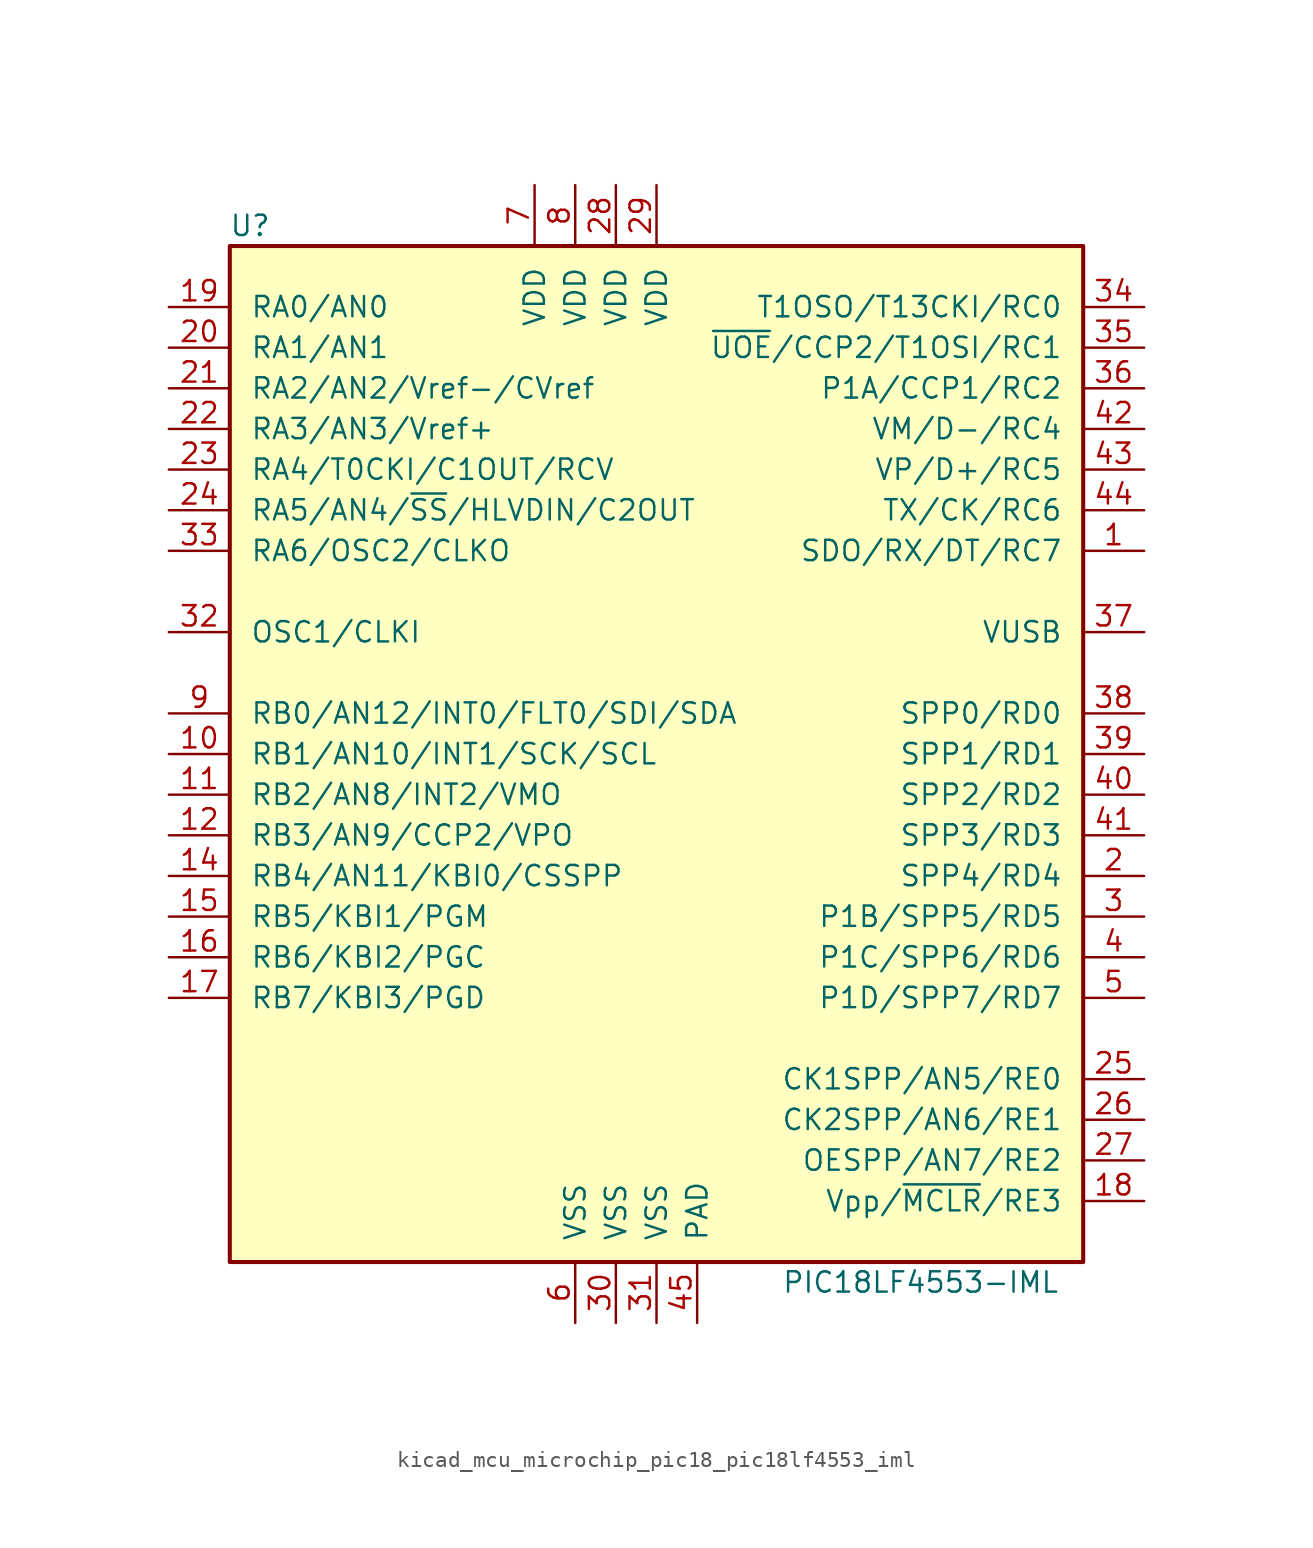
<source format=kicad_sym>
(kicad_symbol_lib
  (version 20220914)
  (generator kicad_symbol_editor)
  (symbol "kicad_mcu_microchip_pic18_pic18lf4553_iml"
    (pin_names
      (offset 1.27))
    (property "Reference" "U"
      (at -25.4 33.02 0)
      (effects (font (size 1.27 1.27))))
    (property "Value" "PIC18LF4553-IML"
      (at 16.51 -33.02 0)
      (effects (font (size 1.27 1.27))))
    (symbol "kicad_mcu_microchip_pic18_pic18lf4553_iml_0_1"
      (rectangle (start -26.67 31.75) (end 26.67 -31.75) (stroke (width 0.254) (type default)) (fill (type background))))
    (symbol "kicad_mcu_microchip_pic18_pic18lf4553_iml_1_1"
      (pin bidirectional line (at 30.48 12.7 180) (length 3.81) (name "SDO/RX/DT/RC7" (effects (font (size 1.27 1.27)))) (number "1" (effects (font (size 1.27 1.27)))))
      (pin bidirectional line (at -30.48 0 0) (length 3.81) (name "RB1/AN10/INT1/SCK/SCL" (effects (font (size 1.27 1.27)))) (number "10" (effects (font (size 1.27 1.27)))))
      (pin bidirectional line (at -30.48 -2.54 0) (length 3.81) (name "RB2/AN8/INT2/VMO" (effects (font (size 1.27 1.27)))) (number "11" (effects (font (size 1.27 1.27)))))
      (pin bidirectional line (at -30.48 -5.08 0) (length 3.81) (name "RB3/AN9/CCP2/VPO" (effects (font (size 1.27 1.27)))) (number "12" (effects (font (size 1.27 1.27)))))
      (pin no_connect line (at -26.67 -27.94 0) (length 3.81) hide (name "NC" (effects (font (size 1.27 1.27)))) (number "13" (effects (font (size 1.27 1.27)))))
      (pin bidirectional line (at -30.48 -7.62 0) (length 3.81) (name "RB4/AN11/KBI0/CSSPP" (effects (font (size 1.27 1.27)))) (number "14" (effects (font (size 1.27 1.27)))))
      (pin bidirectional line (at -30.48 -10.16 0) (length 3.81) (name "RB5/KBI1/PGM" (effects (font (size 1.27 1.27)))) (number "15" (effects (font (size 1.27 1.27)))))
      (pin bidirectional line (at -30.48 -12.7 0) (length 3.81) (name "RB6/KBI2/PGC" (effects (font (size 1.27 1.27)))) (number "16" (effects (font (size 1.27 1.27)))))
      (pin bidirectional line (at -30.48 -15.24 0) (length 3.81) (name "RB7/KBI3/PGD" (effects (font (size 1.27 1.27)))) (number "17" (effects (font (size 1.27 1.27)))))
      (pin input line (at 30.48 -27.94 180) (length 3.81) (name "Vpp/~{MCLR}/RE3" (effects (font (size 1.27 1.27)))) (number "18" (effects (font (size 1.27 1.27)))))
      (pin bidirectional line (at -30.48 27.94 0) (length 3.81) (name "RA0/AN0" (effects (font (size 1.27 1.27)))) (number "19" (effects (font (size 1.27 1.27)))))
      (pin bidirectional line (at 30.48 -7.62 180) (length 3.81) (name "SPP4/RD4" (effects (font (size 1.27 1.27)))) (number "2" (effects (font (size 1.27 1.27)))))
      (pin bidirectional line (at -30.48 25.4 0) (length 3.81) (name "RA1/AN1" (effects (font (size 1.27 1.27)))) (number "20" (effects (font (size 1.27 1.27)))))
      (pin bidirectional line (at -30.48 22.86 0) (length 3.81) (name "RA2/AN2/Vref-/CVref" (effects (font (size 1.27 1.27)))) (number "21" (effects (font (size 1.27 1.27)))))
      (pin bidirectional line (at -30.48 20.32 0) (length 3.81) (name "RA3/AN3/Vref+" (effects (font (size 1.27 1.27)))) (number "22" (effects (font (size 1.27 1.27)))))
      (pin bidirectional line (at -30.48 17.78 0) (length 3.81) (name "RA4/T0CKI/C1OUT/RCV" (effects (font (size 1.27 1.27)))) (number "23" (effects (font (size 1.27 1.27)))))
      (pin bidirectional line (at -30.48 15.24 0) (length 3.81) (name "RA5/AN4/~{SS}/HLVDIN/C2OUT" (effects (font (size 1.27 1.27)))) (number "24" (effects (font (size 1.27 1.27)))))
      (pin bidirectional line (at 30.48 -20.32 180) (length 3.81) (name "CK1SPP/AN5/RE0" (effects (font (size 1.27 1.27)))) (number "25" (effects (font (size 1.27 1.27)))))
      (pin bidirectional line (at 30.48 -22.86 180) (length 3.81) (name "CK2SPP/AN6/RE1" (effects (font (size 1.27 1.27)))) (number "26" (effects (font (size 1.27 1.27)))))
      (pin bidirectional line (at 30.48 -25.4 180) (length 3.81) (name "OESPP/AN7/RE2" (effects (font (size 1.27 1.27)))) (number "27" (effects (font (size 1.27 1.27)))))
      (pin power_in line (at -2.54 35.56 270) (length 3.81) (name "VDD" (effects (font (size 1.27 1.27)))) (number "28" (effects (font (size 1.27 1.27)))))
      (pin power_in line (at 0 35.56 270) (length 3.81) (name "VDD" (effects (font (size 1.27 1.27)))) (number "29" (effects (font (size 1.27 1.27)))))
      (pin bidirectional line (at 30.48 -10.16 180) (length 3.81) (name "P1B/SPP5/RD5" (effects (font (size 1.27 1.27)))) (number "3" (effects (font (size 1.27 1.27)))))
      (pin power_in line (at -2.54 -35.56 90) (length 3.81) (name "VSS" (effects (font (size 1.27 1.27)))) (number "30" (effects (font (size 1.27 1.27)))))
      (pin power_in line (at 0 -35.56 90) (length 3.81) (name "VSS" (effects (font (size 1.27 1.27)))) (number "31" (effects (font (size 1.27 1.27)))))
      (pin input line (at -30.48 7.62 0) (length 3.81) (name "OSC1/CLKI" (effects (font (size 1.27 1.27)))) (number "32" (effects (font (size 1.27 1.27)))))
      (pin bidirectional line (at -30.48 12.7 0) (length 3.81) (name "RA6/OSC2/CLKO" (effects (font (size 1.27 1.27)))) (number "33" (effects (font (size 1.27 1.27)))))
      (pin bidirectional line (at 30.48 27.94 180) (length 3.81) (name "T1OSO/T13CKI/RC0" (effects (font (size 1.27 1.27)))) (number "34" (effects (font (size 1.27 1.27)))))
      (pin bidirectional line (at 30.48 25.4 180) (length 3.81) (name "~{UOE}/CCP2/T1OSI/RC1" (effects (font (size 1.27 1.27)))) (number "35" (effects (font (size 1.27 1.27)))))
      (pin bidirectional line (at 30.48 22.86 180) (length 3.81) (name "P1A/CCP1/RC2" (effects (font (size 1.27 1.27)))) (number "36" (effects (font (size 1.27 1.27)))))
      (pin bidirectional line (at 30.48 7.62 180) (length 3.81) (name "VUSB" (effects (font (size 1.27 1.27)))) (number "37" (effects (font (size 1.27 1.27)))))
      (pin bidirectional line (at 30.48 2.54 180) (length 3.81) (name "SPP0/RD0" (effects (font (size 1.27 1.27)))) (number "38" (effects (font (size 1.27 1.27)))))
      (pin bidirectional line (at 30.48 0 180) (length 3.81) (name "SPP1/RD1" (effects (font (size 1.27 1.27)))) (number "39" (effects (font (size 1.27 1.27)))))
      (pin bidirectional line (at 30.48 -12.7 180) (length 3.81) (name "P1C/SPP6/RD6" (effects (font (size 1.27 1.27)))) (number "4" (effects (font (size 1.27 1.27)))))
      (pin bidirectional line (at 30.48 -2.54 180) (length 3.81) (name "SPP2/RD2" (effects (font (size 1.27 1.27)))) (number "40" (effects (font (size 1.27 1.27)))))
      (pin bidirectional line (at 30.48 -5.08 180) (length 3.81) (name "SPP3/RD3" (effects (font (size 1.27 1.27)))) (number "41" (effects (font (size 1.27 1.27)))))
      (pin bidirectional line (at 30.48 20.32 180) (length 3.81) (name "VM/D-/RC4" (effects (font (size 1.27 1.27)))) (number "42" (effects (font (size 1.27 1.27)))))
      (pin bidirectional line (at 30.48 17.78 180) (length 3.81) (name "VP/D+/RC5" (effects (font (size 1.27 1.27)))) (number "43" (effects (font (size 1.27 1.27)))))
      (pin bidirectional line (at 30.48 15.24 180) (length 3.81) (name "TX/CK/RC6" (effects (font (size 1.27 1.27)))) (number "44" (effects (font (size 1.27 1.27)))))
      (pin power_in line (at 2.54 -35.56 90) (length 3.81) (name "PAD" (effects (font (size 1.27 1.27)))) (number "45" (effects (font (size 1.27 1.27)))))
      (pin bidirectional line (at 30.48 -15.24 180) (length 3.81) (name "P1D/SPP7/RD7" (effects (font (size 1.27 1.27)))) (number "5" (effects (font (size 1.27 1.27)))))
      (pin power_in line (at -5.08 -35.56 90) (length 3.81) (name "VSS" (effects (font (size 1.27 1.27)))) (number "6" (effects (font (size 1.27 1.27)))))
      (pin power_in line (at -7.62 35.56 270) (length 3.81) (name "VDD" (effects (font (size 1.27 1.27)))) (number "7" (effects (font (size 1.27 1.27)))))
      (pin power_in line (at -5.08 35.56 270) (length 3.81) (name "VDD" (effects (font (size 1.27 1.27)))) (number "8" (effects (font (size 1.27 1.27)))))
      (pin bidirectional line (at -30.48 2.54 0) (length 3.81) (name "RB0/AN12/INT0/FLT0/SDI/SDA" (effects (font (size 1.27 1.27)))) (number "9" (effects (font (size 1.27 1.27))))))))
</source>
